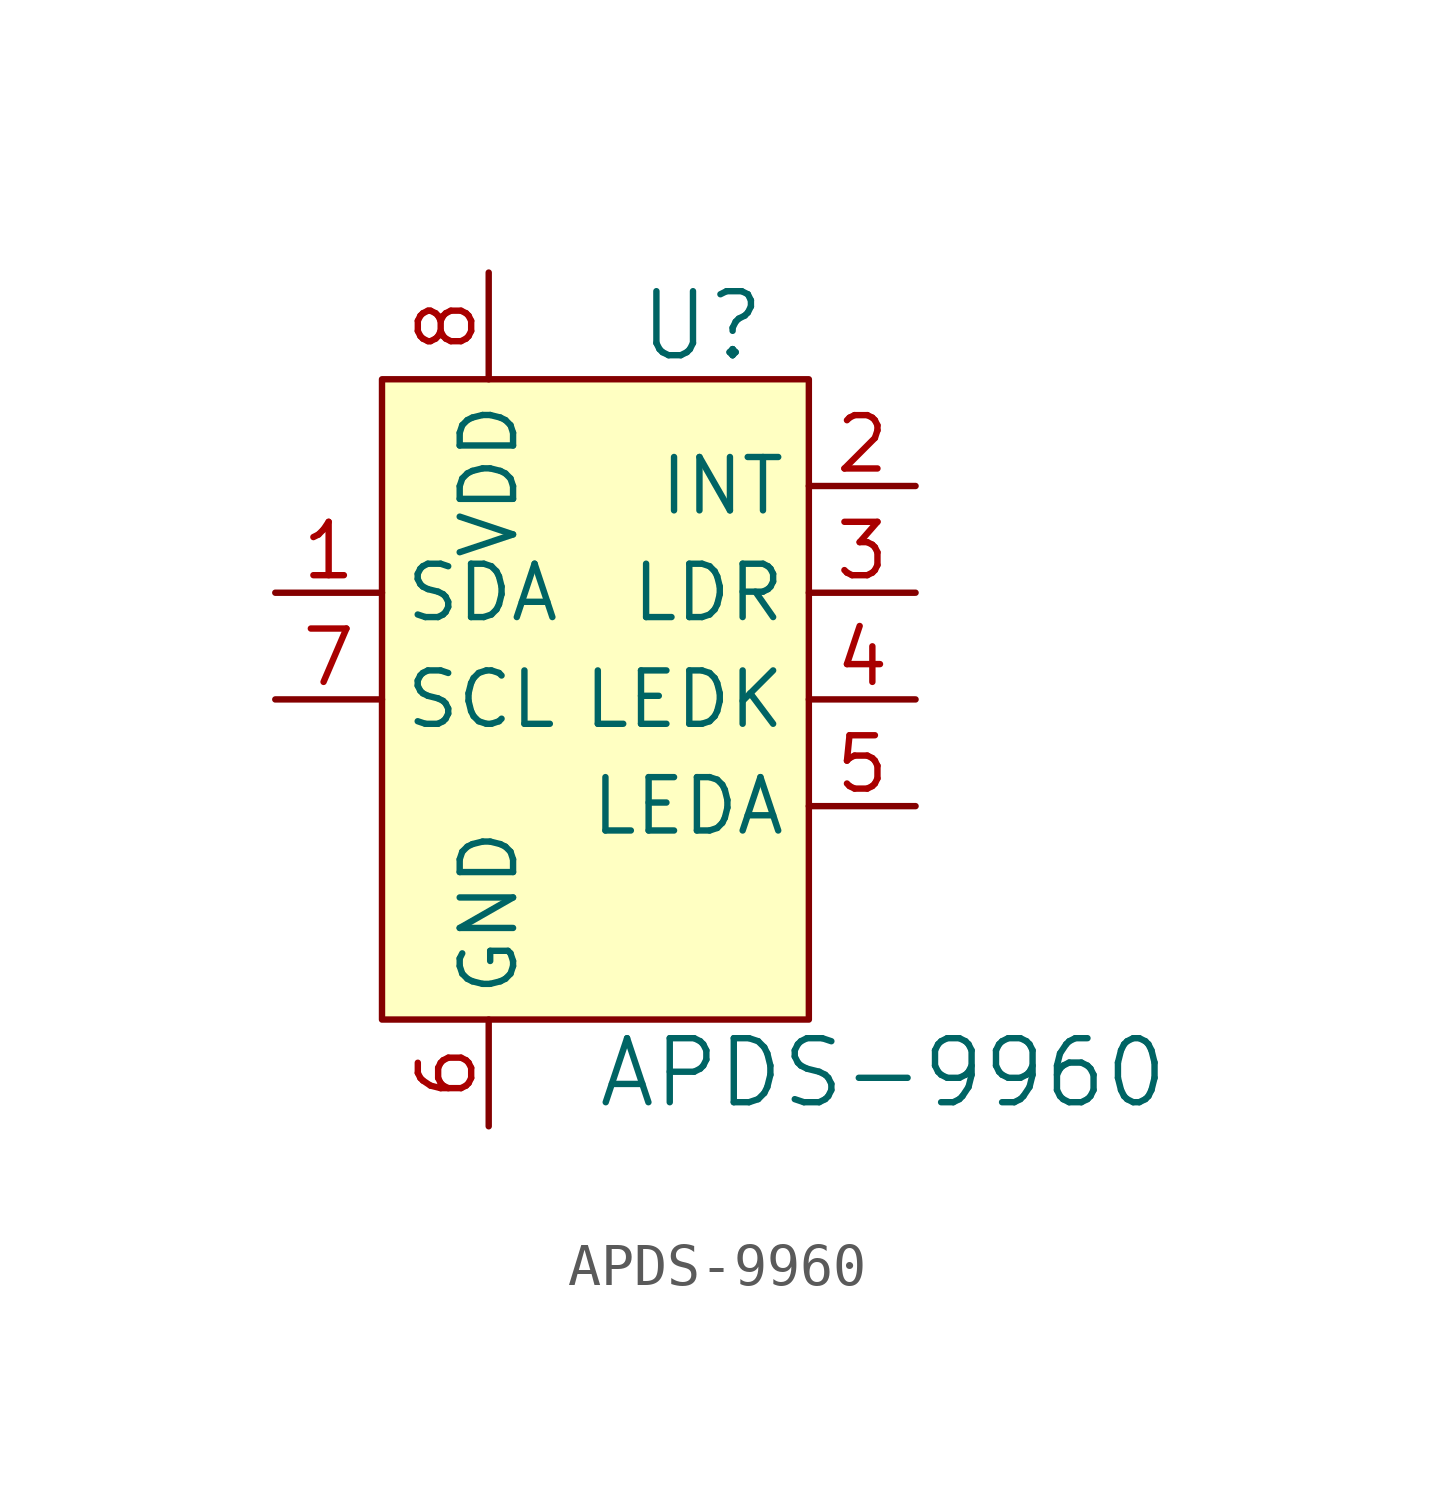
<source format=kicad_sym>
(kicad_symbol_lib
  (version 20220914)
  (generator kicad_symbol_editor)
  (symbol "APDS-9960"
    (property "Reference" "U"
      (at 2.54 8.89 0)
      (effects (font (size 1.524 1.524))))
    (property "Value" "APDS-9960"
      (at 0 -8.89 0)
      (effects (font (size 1.524 1.524)) (justify left)))
    (symbol "APDS-9960_0_1"
      (rectangle (start -5.08 7.62) (end 5.08 -7.62) (stroke (width 0) (type solid)) (fill (type background))))
    (symbol "APDS-9960_1_1"
      (pin bidirectional line (at -7.62 2.54 0) (length 2.54) (name "SDA" (effects (font (size 1.27 1.27)))) (number "1" (effects (font (size 1.27 1.27)))))
      (pin output line (at 7.62 5.08 180) (length 2.54) (name "INT" (effects (font (size 1.27 1.27)))) (number "2" (effects (font (size 1.27 1.27)))))
      (pin output line (at 7.62 2.54 180) (length 2.54) (name "LDR" (effects (font (size 1.27 1.27)))) (number "3" (effects (font (size 1.27 1.27)))))
      (pin passive line (at 7.62 0 180) (length 2.54) (name "LEDK" (effects (font (size 1.27 1.27)))) (number "4" (effects (font (size 1.27 1.27)))))
      (pin passive line (at 7.62 -2.54 180) (length 2.54) (name "LEDA" (effects (font (size 1.27 1.27)))) (number "5" (effects (font (size 1.27 1.27)))))
      (pin power_in line (at -2.54 -10.16 90) (length 2.54) (name "GND" (effects (font (size 1.27 1.27)))) (number "6" (effects (font (size 1.27 1.27)))))
      (pin input line (at -7.62 0 0) (length 2.54) (name "SCL" (effects (font (size 1.27 1.27)))) (number "7" (effects (font (size 1.27 1.27)))))
      (pin power_in line (at -2.54 10.16 270) (length 2.54) (name "VDD" (effects (font (size 1.27 1.27)))) (number "8" (effects (font (size 1.27 1.27))))))))
</source>
